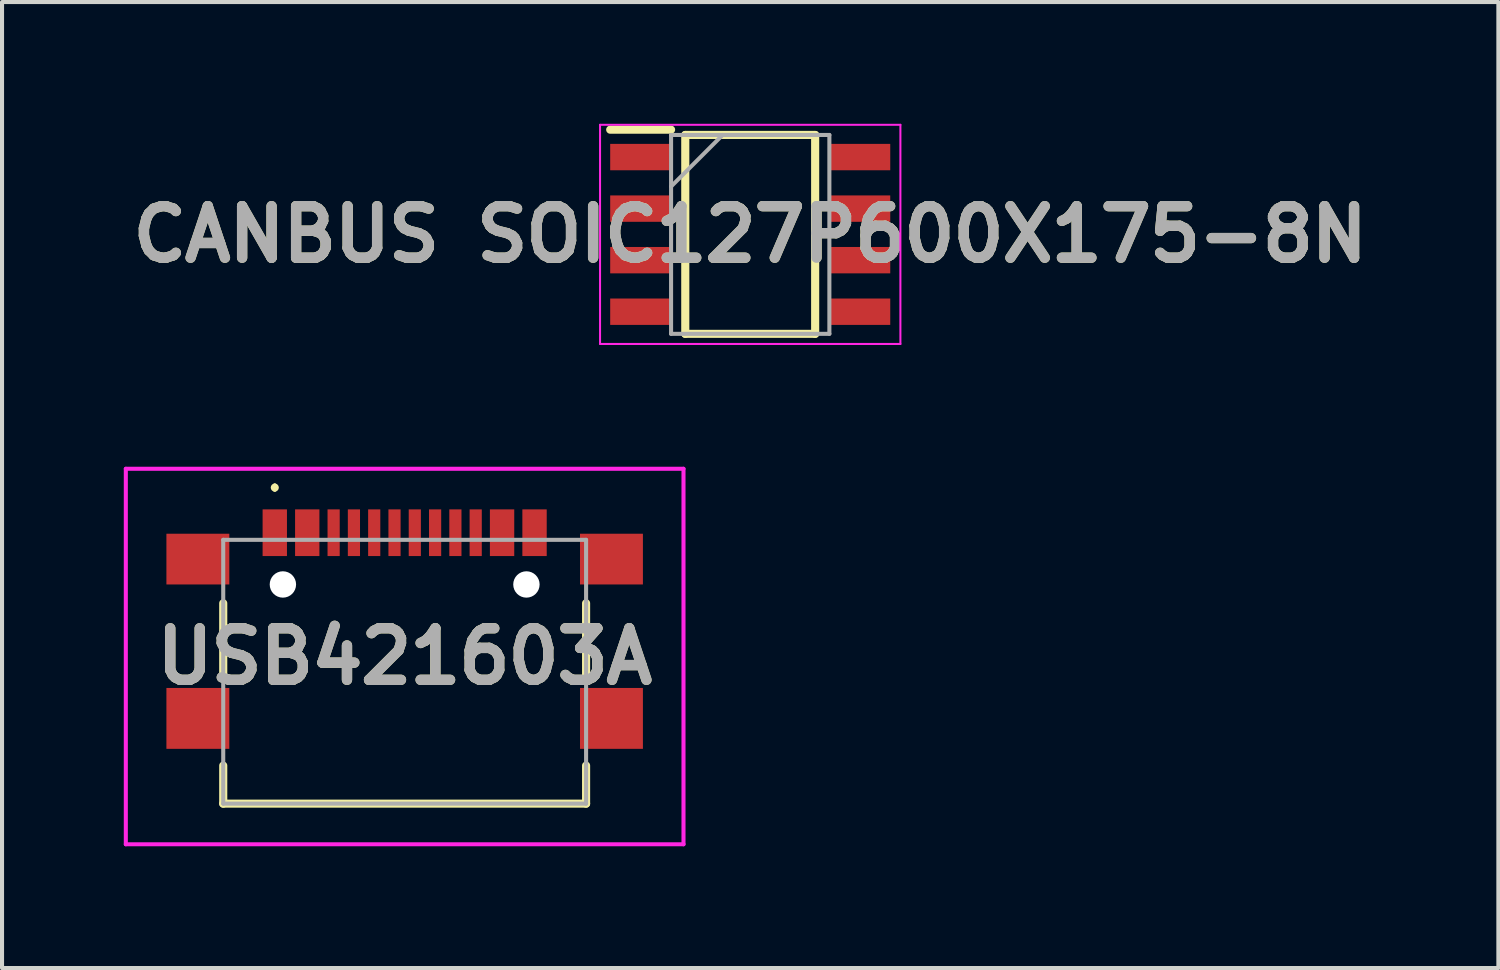
<source format=kicad_pcb>
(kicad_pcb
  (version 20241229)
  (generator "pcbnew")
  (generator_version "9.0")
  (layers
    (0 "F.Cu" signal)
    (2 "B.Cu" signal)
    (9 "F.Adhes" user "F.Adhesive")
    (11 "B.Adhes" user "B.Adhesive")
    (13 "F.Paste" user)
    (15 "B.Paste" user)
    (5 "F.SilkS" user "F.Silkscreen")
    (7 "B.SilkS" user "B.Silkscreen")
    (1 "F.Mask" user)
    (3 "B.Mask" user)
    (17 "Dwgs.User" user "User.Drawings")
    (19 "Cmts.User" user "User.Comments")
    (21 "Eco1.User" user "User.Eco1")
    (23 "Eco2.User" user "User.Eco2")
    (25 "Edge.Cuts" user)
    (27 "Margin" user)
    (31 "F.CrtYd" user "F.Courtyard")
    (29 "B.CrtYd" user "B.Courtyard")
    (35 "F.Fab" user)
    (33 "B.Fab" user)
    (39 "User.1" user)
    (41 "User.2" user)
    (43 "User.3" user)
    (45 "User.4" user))
  (footprint "USB421603A"
    (layer "F.Cu")
    (at 6.92 13.413)
    (property "Reference" "USB421603A" (at 0 -0.288 0) (layer "F.SilkS") (effects (font (size 1.27 1.27) (thickness 0.254))))
    (attr through_hole)
    (fp_line (start -4.47 -1.6) (end -4.47 0.2) (stroke (width 0.2) (type solid)) (layer "F.SilkS"))
    (fp_line (start -4.47 2.4) (end -4.47 3.337) (stroke (width 0.2) (type solid)) (layer "F.SilkS"))
    (fp_line (start -4.47 3.337) (end 4.47 3.337) (stroke (width 0.2) (type solid)) (layer "F.SilkS"))
    (fp_line (start -3.2 -4.5) (end -3.2 -4.5) (stroke (width 0.1) (type solid)) (layer "F.SilkS"))
    (fp_line (start -3.2 -4.4) (end -3.2 -4.4) (stroke (width 0.1) (type solid)) (layer "F.SilkS"))
    (fp_line (start 4.47 -1.6) (end 4.47 0.2) (stroke (width 0.2) (type solid)) (layer "F.SilkS"))
    (fp_line (start 4.47 3.337) (end 4.47 2.4) (stroke (width 0.2) (type solid)) (layer "F.SilkS"))
    (fp_arc (start -3.2 -4.5) (mid -3.15 -4.45) (end -3.2 -4.4) (stroke (width 0.1) (type solid)) (layer "F.SilkS"))
    (fp_arc (start -3.2 -4.4) (mid -3.25 -4.45) (end -3.2 -4.5) (stroke (width 0.1) (type solid)) (layer "F.SilkS"))
    (fp_line (start -6.87 -4.913) (end 6.87 -4.913) (stroke (width 0.1) (type solid)) (layer "F.CrtYd"))
    (fp_line (start -6.87 4.338) (end -6.87 -4.913) (stroke (width 0.1) (type solid)) (layer "F.CrtYd"))
    (fp_line (start 6.87 -4.913) (end 6.87 4.338) (stroke (width 0.1) (type solid)) (layer "F.CrtYd"))
    (fp_line (start 6.87 4.338) (end -6.87 4.338) (stroke (width 0.1) (type solid)) (layer "F.CrtYd"))
    (fp_line (start -4.47 -3.163) (end 4.47 -3.163) (stroke (width 0.1) (type solid)) (layer "F.Fab"))
    (fp_line (start -4.47 3.337) (end -4.47 -3.163) (stroke (width 0.1) (type solid)) (layer "F.Fab"))
    (fp_line (start 4.47 -3.163) (end 4.47 3.337) (stroke (width 0.1) (type solid)) (layer "F.Fab"))
    (fp_line (start 4.47 3.337) (end -4.47 3.337) (stroke (width 0.1) (type solid)) (layer "F.Fab"))
    (fp_text user "${REFERENCE}" (at 0 -0.288 0) (layer "F.Fab") (effects (font (size 1.27 1.27) (thickness 0.254))))
    (pad "" np_thru_hole circle (at -3 -2.063) (size 0.65 0.65) (drill 0.65) (layers "*.Cu" "*.Mask"))
    (pad "" np_thru_hole circle (at 3 -2.063) (size 0.65 0.65) (drill 0.65) (layers "*.Cu" "*.Mask"))
    (pad "A1" smd rect (at -3.2 -3.338) (size 0.6 1.15) (layers "F.Cu" "F.Mask" "F.Paste"))
    (pad "A4" smd rect (at -2.4 -3.338) (size 0.6 1.15) (layers "F.Cu" "F.Mask" "F.Paste"))
    (pad "A5" smd rect (at -1.25 -3.338) (size 0.3 1.15) (layers "F.Cu" "F.Mask" "F.Paste"))
    (pad "A6" smd rect (at -0.25 -3.338) (size 0.3 1.15) (layers "F.Cu" "F.Mask" "F.Paste"))
    (pad "A7" smd rect (at 0.25 -3.338) (size 0.3 1.15) (layers "F.Cu" "F.Mask" "F.Paste"))
    (pad "A8" smd rect (at 1.25 -3.338) (size 0.3 1.15) (layers "F.Cu" "F.Mask" "F.Paste"))
    (pad "B1" smd rect (at 3.2 -3.338) (size 0.6 1.15) (layers "F.Cu" "F.Mask" "F.Paste"))
    (pad "B4" smd rect (at 2.4 -3.338) (size 0.6 1.15) (layers "F.Cu" "F.Mask" "F.Paste"))
    (pad "B5" smd rect (at 1.75 -3.338) (size 0.3 1.15) (layers "F.Cu" "F.Mask" "F.Paste"))
    (pad "B6" smd rect (at 0.75 -3.338) (size 0.3 1.15) (layers "F.Cu" "F.Mask" "F.Paste"))
    (pad "B7" smd rect (at -0.75 -3.338) (size 0.3 1.15) (layers "F.Cu" "F.Mask" "F.Paste"))
    (pad "B8" smd rect (at -1.75 -3.338) (size 0.3 1.15) (layers "F.Cu" "F.Mask" "F.Paste"))
    (pad "G1" smd rect (at -5.095 -2.688 90) (size 1.25 1.55) (layers "F.Cu" "F.Mask" "F.Paste"))
    (pad "G2" smd rect (at 5.095 -2.688 90) (size 1.25 1.55) (layers "F.Cu" "F.Mask" "F.Paste"))
    (pad "G3" smd rect (at 5.095 1.237 90) (size 1.5 1.55) (layers "F.Cu" "F.Mask" "F.Paste"))
    (pad "G4" smd rect (at -5.095 1.237 90) (size 1.5 1.55) (layers "F.Cu" "F.Mask" "F.Paste")))
  (footprint "CANBUS SOIC127P600X175-8N"
    (layer "F.Cu")
    (at 15.434 2.725)
    (property "Reference" "CANBUS SOIC127P600X175-8N" (at 0 0 0) (layer "F.SilkS") (effects (font (size 1.27 1.27) (thickness 0.254))))
    (attr smd)
    (fp_line (start -3.45 -2.58) (end -1.95 -2.58) (stroke (width 0.2) (type solid)) (layer "F.SilkS"))
    (fp_line (start -1.6 -2.45) (end 1.6 -2.45) (stroke (width 0.2) (type solid)) (layer "F.SilkS"))
    (fp_line (start -1.6 2.45) (end -1.6 -2.45) (stroke (width 0.2) (type solid)) (layer "F.SilkS"))
    (fp_line (start 1.6 -2.45) (end 1.6 2.45) (stroke (width 0.2) (type solid)) (layer "F.SilkS"))
    (fp_line (start 1.6 2.45) (end -1.6 2.45) (stroke (width 0.2) (type solid)) (layer "F.SilkS"))
    (fp_line (start -3.7 -2.7) (end 3.7 -2.7) (stroke (width 0.05) (type solid)) (layer "F.CrtYd"))
    (fp_line (start -3.7 2.7) (end -3.7 -2.7) (stroke (width 0.05) (type solid)) (layer "F.CrtYd"))
    (fp_line (start 3.7 -2.7) (end 3.7 2.7) (stroke (width 0.05) (type solid)) (layer "F.CrtYd"))
    (fp_line (start 3.7 2.7) (end -3.7 2.7) (stroke (width 0.05) (type solid)) (layer "F.CrtYd"))
    (fp_line (start -1.95 -2.45) (end 1.95 -2.45) (stroke (width 0.1) (type solid)) (layer "F.Fab"))
    (fp_line (start -1.95 -1.18) (end -0.68 -2.45) (stroke (width 0.1) (type solid)) (layer "F.Fab"))
    (fp_line (start -1.95 2.45) (end -1.95 -2.45) (stroke (width 0.1) (type solid)) (layer "F.Fab"))
    (fp_line (start 1.95 -2.45) (end 1.95 2.45) (stroke (width 0.1) (type solid)) (layer "F.Fab"))
    (fp_line (start 1.95 2.45) (end -1.95 2.45) (stroke (width 0.1) (type solid)) (layer "F.Fab"))
    (fp_text user "${REFERENCE}" (at 0 0 0) (layer "F.Fab") (effects (font (size 1.27 1.27) (thickness 0.254))))
    (pad "1" smd rect (at -2.7 -1.905 90) (size 0.65 1.5) (layers "F.Cu" "F.Mask" "F.Paste"))
    (pad "2" smd rect (at -2.7 -0.635 90) (size 0.65 1.5) (layers "F.Cu" "F.Mask" "F.Paste"))
    (pad "3" smd rect (at -2.7 0.635 90) (size 0.65 1.5) (layers "F.Cu" "F.Mask" "F.Paste"))
    (pad "4" smd rect (at -2.7 1.905 90) (size 0.65 1.5) (layers "F.Cu" "F.Mask" "F.Paste"))
    (pad "5" smd rect (at 2.7 1.905 90) (size 0.65 1.5) (layers "F.Cu" "F.Mask" "F.Paste"))
    (pad "6" smd rect (at 2.7 0.635 90) (size 0.65 1.5) (layers "F.Cu" "F.Mask" "F.Paste"))
    (pad "7" smd rect (at 2.7 -0.635 90) (size 0.65 1.5) (layers "F.Cu" "F.Mask" "F.Paste"))
    (pad "8" smd rect (at 2.7 -1.905 90) (size 0.65 1.5) (layers "F.Cu" "F.Mask" "F.Paste")))
  (gr_rect
    (start -3 -3)
    (end 33.867 20.801)
    (stroke (width 0.1) (type default))
    (fill no)
    (layer "Edge.Cuts")))
</source>
